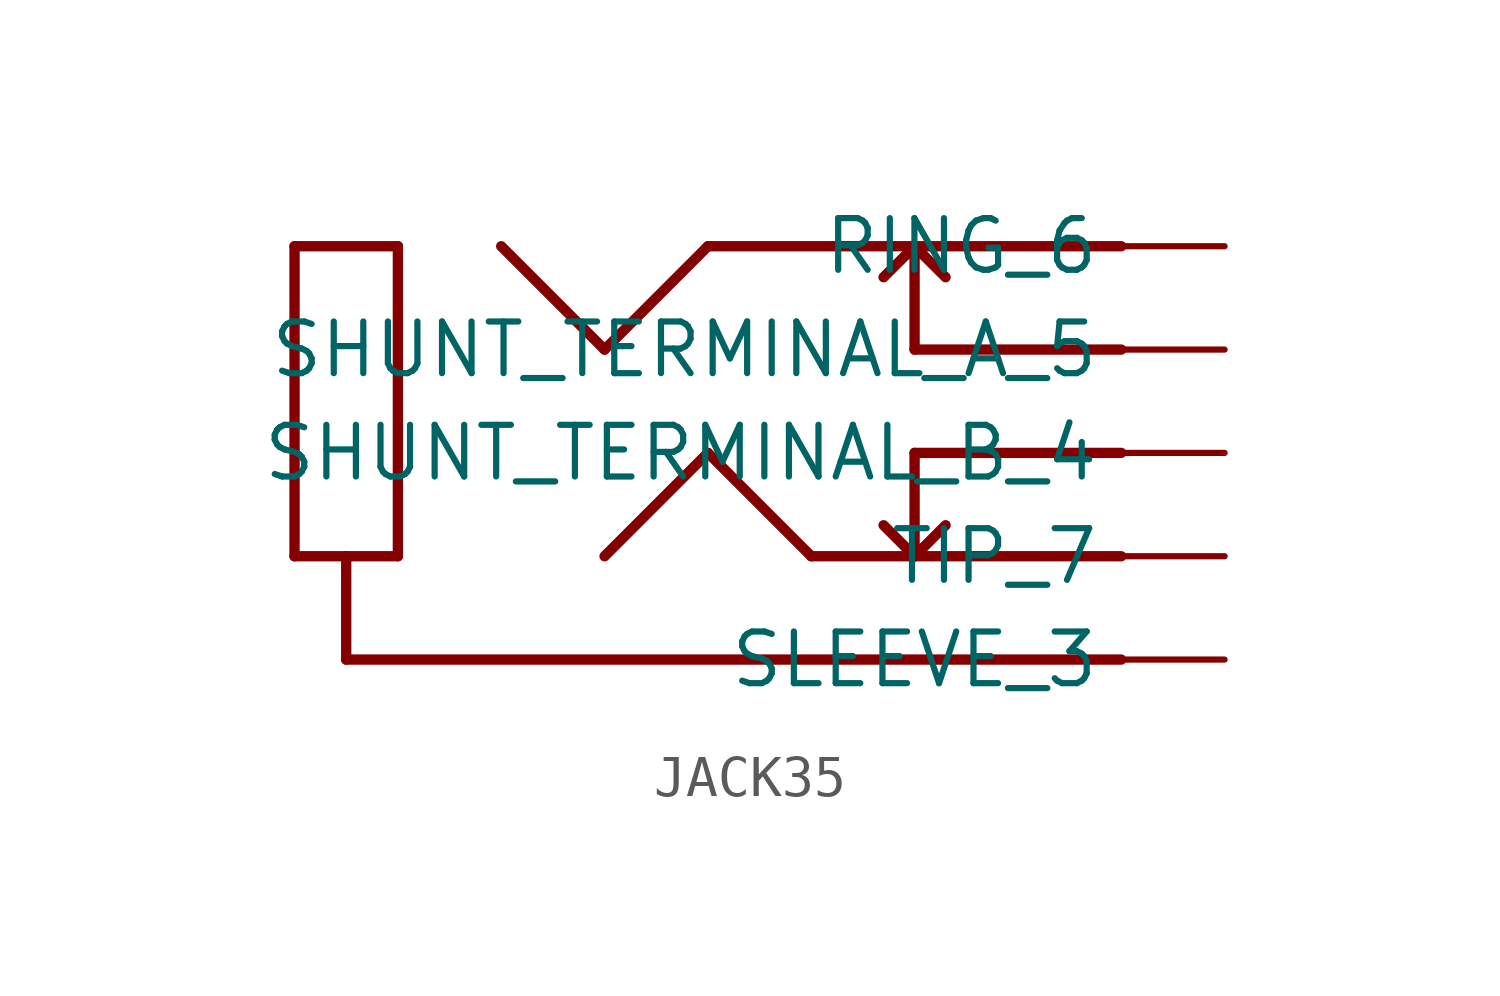
<source format=kicad_sym>
(kicad_symbol_lib
  (version 20211014)
  (generator kicad_symbol_editor)
  (symbol "JACK35"
    (property "Reference" ""
      (at 0 0 0)
      (effects (font (size 1.27 1.27)) hide))
    (property "ki_locked" ""
      (at 0 0 0)
      (effects (font (size 1.27 1.27))))
    (symbol "JACK35_1_0"
      (polyline (pts (xy -12.7 -5.08) (xy -12.7 2.54)) (stroke (width 0.254) (type default) (color 0 0 0 0)) (fill (type none)))
      (polyline (pts (xy -12.7 2.54) (xy -10.16 2.54)) (stroke (width 0.254) (type default) (color 0 0 0 0)) (fill (type none)))
      (polyline (pts (xy -11.43 -7.62) (xy -11.43 -5.08)) (stroke (width 0.254) (type default) (color 0 0 0 0)) (fill (type none)))
      (polyline (pts (xy -11.43 -5.08) (xy -12.7 -5.08)) (stroke (width 0.254) (type default) (color 0 0 0 0)) (fill (type none)))
      (polyline (pts (xy -10.16 -5.08) (xy -11.43 -5.08)) (stroke (width 0.254) (type default) (color 0 0 0 0)) (fill (type none)))
      (polyline (pts (xy -10.16 2.54) (xy -10.16 -5.08)) (stroke (width 0.254) (type default) (color 0 0 0 0)) (fill (type none)))
      (polyline (pts (xy -5.08 0) (xy -7.62 2.54)) (stroke (width 0.254) (type default) (color 0 0 0 0)) (fill (type none)))
      (polyline (pts (xy -2.54 -2.54) (xy -5.08 -5.08)) (stroke (width 0.254) (type default) (color 0 0 0 0)) (fill (type none)))
      (polyline (pts (xy -2.54 2.54) (xy -5.08 0)) (stroke (width 0.254) (type default) (color 0 0 0 0)) (fill (type none)))
      (polyline (pts (xy 0 -5.08) (xy -2.54 -2.54)) (stroke (width 0.254) (type default) (color 0 0 0 0)) (fill (type none)))
      (polyline (pts (xy 2.54 -5.08) (xy 0 -5.08)) (stroke (width 0.254) (type default) (color 0 0 0 0)) (fill (type none)))
      (polyline (pts (xy 2.54 -5.08) (xy 1.778 -4.318)) (stroke (width 0.254) (type default) (color 0 0 0 0)) (fill (type none)))
      (polyline (pts (xy 2.54 -5.08) (xy 3.302 -4.318)) (stroke (width 0.254) (type default) (color 0 0 0 0)) (fill (type none)))
      (polyline (pts (xy 2.54 -2.54) (xy 2.54 -5.08)) (stroke (width 0.254) (type default) (color 0 0 0 0)) (fill (type none)))
      (polyline (pts (xy 2.54 0) (xy 2.54 2.54)) (stroke (width 0.254) (type default) (color 0 0 0 0)) (fill (type none)))
      (polyline (pts (xy 2.54 2.54) (xy -2.54 2.54)) (stroke (width 0.254) (type default) (color 0 0 0 0)) (fill (type none)))
      (polyline (pts (xy 2.54 2.54) (xy 1.778 1.778)) (stroke (width 0.254) (type default) (color 0 0 0 0)) (fill (type none)))
      (polyline (pts (xy 2.54 2.54) (xy 3.302 1.778)) (stroke (width 0.254) (type default) (color 0 0 0 0)) (fill (type none)))
      (polyline (pts (xy 7.62 -7.62) (xy -11.43 -7.62)) (stroke (width 0.254) (type default) (color 0 0 0 0)) (fill (type none)))
      (polyline (pts (xy 7.62 -5.08) (xy 2.54 -5.08)) (stroke (width 0.254) (type default) (color 0 0 0 0)) (fill (type none)))
      (polyline (pts (xy 7.62 -2.54) (xy 2.54 -2.54)) (stroke (width 0.254) (type default) (color 0 0 0 0)) (fill (type none)))
      (polyline (pts (xy 7.62 0) (xy 2.54 0)) (stroke (width 0.254) (type default) (color 0 0 0 0)) (fill (type none)))
      (polyline (pts (xy 7.62 2.54) (xy 2.54 2.54)) (stroke (width 0.254) (type default) (color 0 0 0 0)) (fill (type none)))
      (pin bidirectional line (at 10.16 2.54 180) (length 2.54) (name "RING_6" (effects (font (size 1.27 1.27)))) (number "RING_6" (effects (font (size 0 0)))))
      (pin bidirectional line (at 10.16 0 180) (length 2.54) (name "SHUNT_TERMINAL_A_5" (effects (font (size 1.27 1.27)))) (number "SHUNT_TERMINAL_A_5" (effects (font (size 0 0)))))
      (pin bidirectional line (at 10.16 -2.54 180) (length 2.54) (name "SHUNT_TERMINAL_B_4" (effects (font (size 1.27 1.27)))) (number "SHUNT_TERMINAL_B_4" (effects (font (size 0 0)))))
      (pin bidirectional line (at 10.16 -7.62 180) (length 2.54) (name "SLEEVE_3" (effects (font (size 1.27 1.27)))) (number "SLEEVE_3" (effects (font (size 0 0)))))
      (pin bidirectional line (at 10.16 -5.08 180) (length 2.54) (name "TIP_7" (effects (font (size 1.27 1.27)))) (number "TIP_7" (effects (font (size 0 0))))))))
</source>
